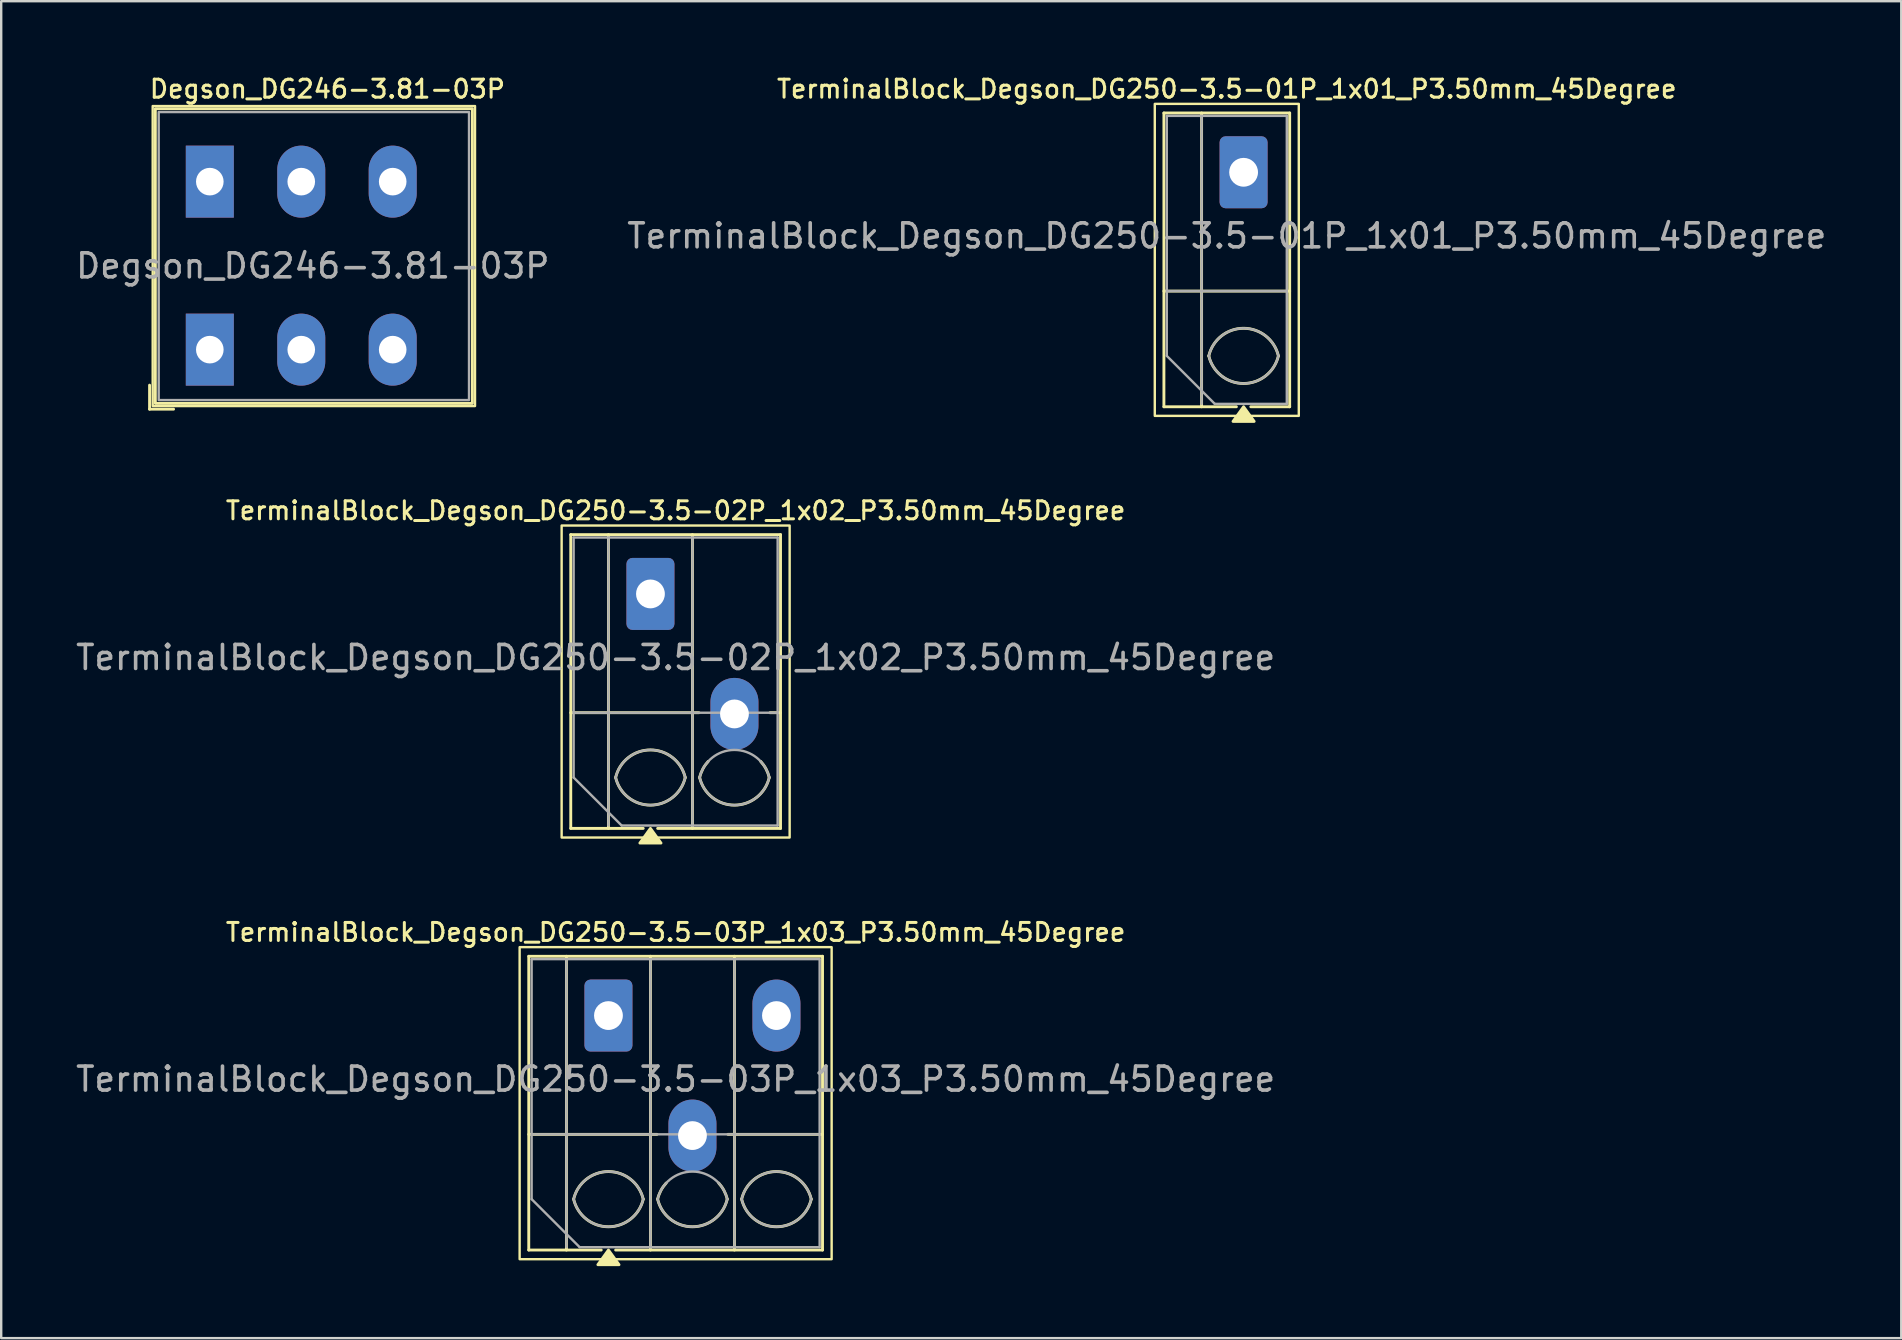
<source format=kicad_pcb>
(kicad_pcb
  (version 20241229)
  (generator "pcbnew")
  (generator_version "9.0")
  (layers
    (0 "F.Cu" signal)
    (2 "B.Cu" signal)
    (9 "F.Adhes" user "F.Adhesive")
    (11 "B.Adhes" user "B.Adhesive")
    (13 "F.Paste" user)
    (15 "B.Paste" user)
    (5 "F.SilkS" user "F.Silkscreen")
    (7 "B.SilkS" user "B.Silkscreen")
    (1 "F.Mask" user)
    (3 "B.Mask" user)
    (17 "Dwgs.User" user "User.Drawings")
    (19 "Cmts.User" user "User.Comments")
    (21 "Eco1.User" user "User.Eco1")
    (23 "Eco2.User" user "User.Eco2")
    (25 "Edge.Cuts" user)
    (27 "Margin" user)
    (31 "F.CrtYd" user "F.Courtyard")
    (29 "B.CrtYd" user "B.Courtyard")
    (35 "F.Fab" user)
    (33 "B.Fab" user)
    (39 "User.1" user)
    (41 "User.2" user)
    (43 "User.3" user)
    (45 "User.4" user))
  (footprint "TerminalBlock_Degson_DG250-3.5-02P_1x02_P3.50mm_45Degree"
    (layer "F.Cu")
    (at 24.051 21.696)
    (property "Reference" "TerminalBlock_Degson_DG250-3.5-02P_1x02_P3.50mm_45Degree" (at 1.05 -3.47 0) (layer "F.SilkS") (effects (font (size 0.75 0.75) (thickness 0.125))))
    (attr through_hole)
    (fp_line (start -3.32 -2.47) (end 5.42 -2.47) (stroke (width 0.12) (type solid)) (layer "F.SilkS"))
    (fp_line (start -3.32 4.95) (end 2.02 4.95) (stroke (width 0.12) (type solid)) (layer "F.SilkS"))
    (fp_line (start -3.32 9.77) (end -3.32 -2.47) (stroke (width 0.12) (type solid)) (layer "F.SilkS"))
    (fp_line (start -1.75 -2.47) (end -1.75 9.77) (stroke (width 0.12) (type solid)) (layer "F.SilkS"))
    (fp_line (start -0.3 9.77) (end -3.32 9.77) (stroke (width 0.12) (type solid)) (layer "F.SilkS"))
    (fp_line (start 1.75 -2.47) (end 1.75 9.77) (stroke (width 0.12) (type solid)) (layer "F.SilkS"))
    (fp_line (start 4.98 4.95) (end 5.42 4.95) (stroke (width 0.12) (type solid)) (layer "F.SilkS"))
    (fp_line (start 5.42 -2.47) (end 5.42 9.77) (stroke (width 0.12) (type solid)) (layer "F.SilkS"))
    (fp_line (start 5.42 9.77) (end 0.3 9.77) (stroke (width 0.12) (type solid)) (layer "F.SilkS"))
    (fp_rect (start -3.7 -2.85) (end 5.8 10.15) (stroke (width 0.1) (type solid)) (fill no) (layer "F.SilkS"))
    (fp_arc (start -1.45 7.65) (mid 0 6.5) (end 1.45 7.65) (stroke (width 0.12) (type solid)) (layer "F.SilkS"))
    (fp_arc (start 1.45 7.65) (mid 0 8.8) (end -1.45 7.65) (stroke (width 0.12) (type solid)) (layer "F.SilkS"))
    (fp_arc (start 2.05 7.65) (mid 2.18402 7.291962) (end 2.405 6.98) (stroke (width 0.12) (type solid)) (layer "F.SilkS"))
    (fp_arc (start 4.595 6.98) (mid 4.81598 7.291962) (end 4.95 7.65) (stroke (width 0.12) (type solid)) (layer "F.SilkS"))
    (fp_arc (start 4.95 7.65) (mid 3.5 8.8) (end 2.05 7.65) (stroke (width 0.12) (type solid)) (layer "F.SilkS"))
    (fp_poly (pts (xy 0 9.77) (xy 0.44 10.38) (xy -0.44 10.38)) (stroke (width 0.12) (type solid)) (fill yes) (layer "F.SilkS"))
    (fp_line (start -3.2 -2.35) (end 5.3 -2.35) (stroke (width 0.1) (type solid)) (layer "F.Fab"))
    (fp_line (start -3.2 4.95) (end 5.3 4.95) (stroke (width 0.1) (type solid)) (layer "F.Fab"))
    (fp_line (start -3.2 7.65) (end -3.2 -2.35) (stroke (width 0.1) (type solid)) (layer "F.Fab"))
    (fp_line (start -1.75 -2.35) (end -1.75 9.65) (stroke (width 0.1) (type solid)) (layer "F.Fab"))
    (fp_line (start -1.2 9.65) (end -3.2 7.65) (stroke (width 0.1) (type solid)) (layer "F.Fab"))
    (fp_line (start 1.75 -2.35) (end 1.75 9.65) (stroke (width 0.1) (type solid)) (layer "F.Fab"))
    (fp_line (start 5.3 -2.35) (end 5.3 9.65) (stroke (width 0.1) (type solid)) (layer "F.Fab"))
    (fp_line (start 5.3 9.65) (end -1.2 9.65) (stroke (width 0.1) (type solid)) (layer "F.Fab"))
    (fp_arc (start -1.45 7.65) (mid 0 6.5) (end 1.45 7.65) (stroke (width 0.1) (type solid)) (layer "F.Fab"))
    (fp_arc (start 1.45 7.65) (mid 0 8.8) (end -1.45 7.65) (stroke (width 0.1) (type solid)) (layer "F.Fab"))
    (fp_arc (start 2.05 7.65) (mid 3.5 6.5) (end 4.95 7.65) (stroke (width 0.1) (type solid)) (layer "F.Fab"))
    (fp_arc (start 4.95 7.65) (mid 3.5 8.8) (end 2.05 7.65) (stroke (width 0.1) (type solid)) (layer "F.Fab"))
    (fp_text user "${REFERENCE}" (at 1.05 2.65 0) (layer "F.Fab") (effects (font (size 1 1) (thickness 0.15))))
    (pad "1" thru_hole roundrect (at 0 0) (size 2 3) (drill 1.2) (layers "*.Cu" "*.Mask") (roundrect_rratio 0.125))
    (pad "2" thru_hole oval (at 3.5 5) (size 2 3) (drill 1.2) (layers "*.Cu" "*.Mask")))
  (footprint "TerminalBlock_Degson_DG250-3.5-03P_1x03_P3.50mm_45Degree"
    (layer "F.Cu")
    (at 22.301 39.264)
    (property "Reference" "TerminalBlock_Degson_DG250-3.5-03P_1x03_P3.50mm_45Degree" (at 2.8 -3.47 0) (layer "F.SilkS") (effects (font (size 0.75 0.75) (thickness 0.125))))
    (attr through_hole)
    (fp_line (start -3.32 -2.47) (end 8.92 -2.47) (stroke (width 0.12) (type solid)) (layer "F.SilkS"))
    (fp_line (start -3.32 4.95) (end 2.02 4.95) (stroke (width 0.12) (type solid)) (layer "F.SilkS"))
    (fp_line (start -3.32 9.77) (end -3.32 -2.47) (stroke (width 0.12) (type solid)) (layer "F.SilkS"))
    (fp_line (start -1.75 -2.47) (end -1.75 9.77) (stroke (width 0.12) (type solid)) (layer "F.SilkS"))
    (fp_line (start -0.3 9.77) (end -3.32 9.77) (stroke (width 0.12) (type solid)) (layer "F.SilkS"))
    (fp_line (start 1.75 -2.47) (end 1.75 9.77) (stroke (width 0.12) (type solid)) (layer "F.SilkS"))
    (fp_line (start 4.98 4.95) (end 8.92 4.95) (stroke (width 0.12) (type solid)) (layer "F.SilkS"))
    (fp_line (start 5.25 -2.47) (end 5.25 9.77) (stroke (width 0.12) (type solid)) (layer "F.SilkS"))
    (fp_line (start 8.92 -2.47) (end 8.92 9.77) (stroke (width 0.12) (type solid)) (layer "F.SilkS"))
    (fp_line (start 8.92 9.77) (end 0.3 9.77) (stroke (width 0.12) (type solid)) (layer "F.SilkS"))
    (fp_rect (start -3.7 -2.85) (end 9.3 10.15) (stroke (width 0.1) (type solid)) (fill no) (layer "F.SilkS"))
    (fp_arc (start -1.45 7.65) (mid 0 6.5) (end 1.45 7.65) (stroke (width 0.12) (type solid)) (layer "F.SilkS"))
    (fp_arc (start 1.45 7.65) (mid 0 8.8) (end -1.45 7.65) (stroke (width 0.12) (type solid)) (layer "F.SilkS"))
    (fp_arc (start 2.05 7.65) (mid 2.18402 7.291962) (end 2.405 6.98) (stroke (width 0.12) (type solid)) (layer "F.SilkS"))
    (fp_arc (start 4.595 6.98) (mid 4.81598 7.291962) (end 4.95 7.65) (stroke (width 0.12) (type solid)) (layer "F.SilkS"))
    (fp_arc (start 4.95 7.65) (mid 3.5 8.8) (end 2.05 7.65) (stroke (width 0.12) (type solid)) (layer "F.SilkS"))
    (fp_arc (start 5.55 7.65) (mid 7 6.5) (end 8.45 7.65) (stroke (width 0.12) (type solid)) (layer "F.SilkS"))
    (fp_arc (start 8.45 7.65) (mid 7 8.8) (end 5.55 7.65) (stroke (width 0.12) (type solid)) (layer "F.SilkS"))
    (fp_poly (pts (xy 0 9.77) (xy 0.44 10.38) (xy -0.44 10.38)) (stroke (width 0.12) (type solid)) (fill yes) (layer "F.SilkS"))
    (fp_line (start -3.2 -2.35) (end 8.8 -2.35) (stroke (width 0.1) (type solid)) (layer "F.Fab"))
    (fp_line (start -3.2 4.95) (end 8.8 4.95) (stroke (width 0.1) (type solid)) (layer "F.Fab"))
    (fp_line (start -3.2 7.65) (end -3.2 -2.35) (stroke (width 0.1) (type solid)) (layer "F.Fab"))
    (fp_line (start -1.75 -2.35) (end -1.75 9.65) (stroke (width 0.1) (type solid)) (layer "F.Fab"))
    (fp_line (start -1.2 9.65) (end -3.2 7.65) (stroke (width 0.1) (type solid)) (layer "F.Fab"))
    (fp_line (start 1.75 -2.35) (end 1.75 9.65) (stroke (width 0.1) (type solid)) (layer "F.Fab"))
    (fp_line (start 5.25 -2.35) (end 5.25 9.65) (stroke (width 0.1) (type solid)) (layer "F.Fab"))
    (fp_line (start 8.8 -2.35) (end 8.8 9.65) (stroke (width 0.1) (type solid)) (layer "F.Fab"))
    (fp_line (start 8.8 9.65) (end -1.2 9.65) (stroke (width 0.1) (type solid)) (layer "F.Fab"))
    (fp_arc (start -1.45 7.65) (mid 0 6.5) (end 1.45 7.65) (stroke (width 0.1) (type solid)) (layer "F.Fab"))
    (fp_arc (start 1.45 7.65) (mid 0 8.8) (end -1.45 7.65) (stroke (width 0.1) (type solid)) (layer "F.Fab"))
    (fp_arc (start 2.05 7.65) (mid 3.5 6.5) (end 4.95 7.65) (stroke (width 0.1) (type solid)) (layer "F.Fab"))
    (fp_arc (start 4.95 7.65) (mid 3.5 8.8) (end 2.05 7.65) (stroke (width 0.1) (type solid)) (layer "F.Fab"))
    (fp_arc (start 5.55 7.65) (mid 7 6.5) (end 8.45 7.65) (stroke (width 0.1) (type solid)) (layer "F.Fab"))
    (fp_arc (start 8.45 7.65) (mid 7 8.8) (end 5.55 7.65) (stroke (width 0.1) (type solid)) (layer "F.Fab"))
    (fp_text user "${REFERENCE}" (at 2.8 2.65 0) (layer "F.Fab") (effects (font (size 1 1) (thickness 0.15))))
    (pad "1" thru_hole roundrect (at 0 0) (size 2 3) (drill 1.2) (layers "*.Cu" "*.Mask") (roundrect_rratio 0.125))
    (pad "2" thru_hole oval (at 3.5 5) (size 2 3) (drill 1.2) (layers "*.Cu" "*.Mask"))
    (pad "3" thru_hole oval (at 7 0) (size 2 3) (drill 1.2) (layers "*.Cu" "*.Mask")))
  (footprint "Degson_DG246-3.81-03P"
    (layer "F.Cu")
    (at 5.692 4.518)
    (property "Reference" "Degson_DG246-3.81-03P" (at 4.9 -3.86 0) (layer "F.SilkS") (effects (font (size 0.75 0.75) (thickness 0.125))))
    (attr through_hole)
    (fp_line (start -2.51 8.48) (end -2.51 9.48) (stroke (width 0.12) (type solid)) (layer "F.SilkS"))
    (fp_line (start -2.51 9.48) (end -1.51 9.48) (stroke (width 0.12) (type solid)) (layer "F.SilkS"))
    (fp_rect (start -2.38 -3.15) (end 11.05 9.35) (stroke (width 0.1) (type default)) (fill no) (layer "F.SilkS"))
    (fp_rect (start -2.27 -3.04) (end 10.94 9.24) (stroke (width 0.12) (type default)) (fill no) (layer "F.SilkS"))
    (fp_rect (start -2.13 -2.9) (end 10.8 9.1) (stroke (width 0.1) (type default)) (fill no) (layer "F.Fab"))
    (fp_text user "${REFERENCE}" (at 4.29 3.51 0) (layer "F.Fab") (effects (font (size 1 1) (thickness 0.15))))
    (pad "1" thru_hole rect (at 0 0) (size 2 3) (drill 1.15) (layers "*.Cu" "*.Mask"))
    (pad "1" thru_hole rect (at 0 7) (size 2 3) (drill 1.15) (layers "*.Cu" "*.Mask"))
    (pad "2" thru_hole oval (at 3.81 0) (size 2 3) (drill 1.15) (layers "*.Cu" "*.Mask"))
    (pad "2" thru_hole oval (at 3.81 7) (size 2 3) (drill 1.15) (layers "*.Cu" "*.Mask"))
    (pad "3" thru_hole oval (at 7.62 0) (size 2 3) (drill 1.15) (layers "*.Cu" "*.Mask"))
    (pad "3" thru_hole oval (at 7.62 7) (size 2 3) (drill 1.15) (layers "*.Cu" "*.Mask")))
  (footprint "TerminalBlock_Degson_DG250-3.5-01P_1x01_P3.50mm_45Degree"
    (layer "F.Cu")
    (at 48.765 4.128)
    (property "Reference" "TerminalBlock_Degson_DG250-3.5-01P_1x01_P3.50mm_45Degree" (at -0.7 -3.47 0) (layer "F.SilkS") (effects (font (size 0.75 0.75) (thickness 0.125))))
    (attr through_hole)
    (fp_line (start -3.32 -2.47) (end 1.92 -2.47) (stroke (width 0.12) (type solid)) (layer "F.SilkS"))
    (fp_line (start -3.32 4.95) (end 1.92 4.95) (stroke (width 0.12) (type solid)) (layer "F.SilkS"))
    (fp_line (start -3.32 9.77) (end -3.32 -2.47) (stroke (width 0.12) (type solid)) (layer "F.SilkS"))
    (fp_line (start -1.75 -2.47) (end -1.75 9.77) (stroke (width 0.12) (type solid)) (layer "F.SilkS"))
    (fp_line (start -0.3 9.77) (end -3.32 9.77) (stroke (width 0.12) (type solid)) (layer "F.SilkS"))
    (fp_line (start 1.92 -2.47) (end 1.92 9.77) (stroke (width 0.12) (type solid)) (layer "F.SilkS"))
    (fp_line (start 1.92 9.77) (end 0.3 9.77) (stroke (width 0.12) (type solid)) (layer "F.SilkS"))
    (fp_rect (start -3.7 -2.85) (end 2.3 10.15) (stroke (width 0.1) (type solid)) (fill no) (layer "F.SilkS"))
    (fp_arc (start -1.45 7.65) (mid 0 6.5) (end 1.45 7.65) (stroke (width 0.12) (type solid)) (layer "F.SilkS"))
    (fp_arc (start 1.45 7.65) (mid 0 8.8) (end -1.45 7.65) (stroke (width 0.12) (type solid)) (layer "F.SilkS"))
    (fp_poly (pts (xy 0 9.77) (xy 0.44 10.38) (xy -0.44 10.38)) (stroke (width 0.12) (type solid)) (fill yes) (layer "F.SilkS"))
    (fp_line (start -3.2 -2.35) (end 1.8 -2.35) (stroke (width 0.1) (type solid)) (layer "F.Fab"))
    (fp_line (start -3.2 4.95) (end 1.8 4.95) (stroke (width 0.1) (type solid)) (layer "F.Fab"))
    (fp_line (start -3.2 7.65) (end -3.2 -2.35) (stroke (width 0.1) (type solid)) (layer "F.Fab"))
    (fp_line (start -1.75 -2.35) (end -1.75 9.65) (stroke (width 0.1) (type solid)) (layer "F.Fab"))
    (fp_line (start -1.2 9.65) (end -3.2 7.65) (stroke (width 0.1) (type solid)) (layer "F.Fab"))
    (fp_line (start 1.8 -2.35) (end 1.8 9.65) (stroke (width 0.1) (type solid)) (layer "F.Fab"))
    (fp_line (start 1.8 9.65) (end -1.2 9.65) (stroke (width 0.1) (type solid)) (layer "F.Fab"))
    (fp_arc (start -1.45 7.65) (mid 0 6.5) (end 1.45 7.65) (stroke (width 0.1) (type solid)) (layer "F.Fab"))
    (fp_arc (start 1.45 7.65) (mid 0 8.8) (end -1.45 7.65) (stroke (width 0.1) (type solid)) (layer "F.Fab"))
    (fp_text user "${REFERENCE}" (at -0.7 2.65 0) (layer "F.Fab") (effects (font (size 1 1) (thickness 0.15))))
    (pad "1" thru_hole roundrect (at 0 0) (size 2 3) (drill 1.2) (layers "*.Cu" "*.Mask") (roundrect_rratio 0.125)))
  (gr_rect
    (start -3 -3)
    (end 76.167 52.704)
    (stroke (width 0.1) (type default))
    (fill no)
    (layer "Edge.Cuts")))
</source>
